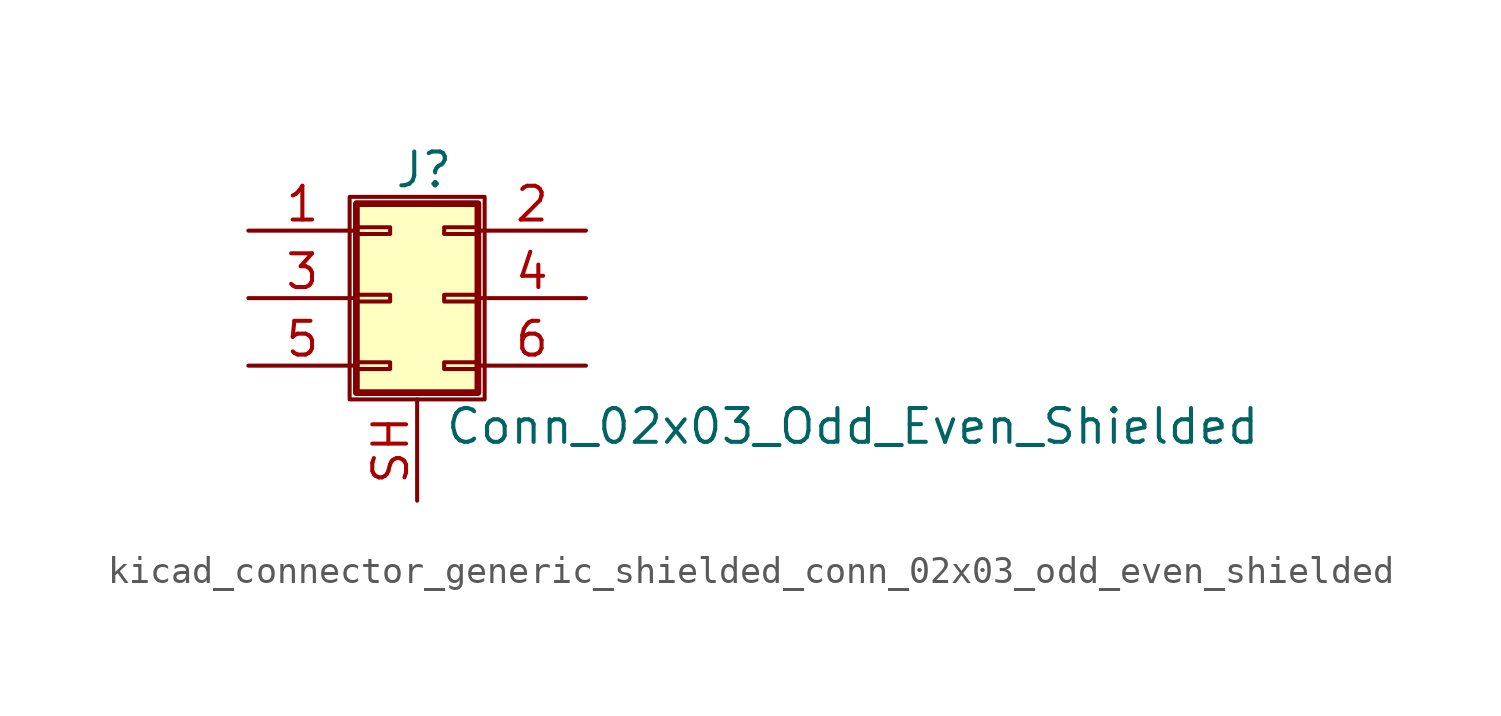
<source format=kicad_sym>
(kicad_symbol_lib
  (version 20220914)
  (generator kicad_symbol_editor)
  (symbol "kicad_connector_generic_shielded_conn_02x03_odd_even_shielded"
    (pin_names
      (offset 1.016) hide)
    (property "Reference" "J"
      (at 1.524 4.826 0)
      (effects (font (size 1.27 1.27))))
    (property "Value" "Conn_02x03_Odd_Even_Shielded"
      (at 2.286 -4.826 0)
      (effects (font (size 1.27 1.27)) (justify left)))
    (symbol "kicad_connector_generic_shielded_conn_02x03_odd_even_shielded_1_1"
      (rectangle (start -1.27 3.81) (end 3.81 -3.81) (stroke (width 0.152) (type default)) (fill (type none)))
      (rectangle (start -1.016 -2.413) (end 0.254 -2.667) (stroke (width 0.152) (type default)) (fill (type none)))
      (rectangle (start -1.016 0.127) (end 0.254 -0.127) (stroke (width 0.152) (type default)) (fill (type none)))
      (rectangle (start -1.016 2.667) (end 0.254 2.413) (stroke (width 0.152) (type default)) (fill (type none)))
      (rectangle (start -1.016 3.556) (end 3.556 -3.556) (stroke (width 0.254) (type default)) (fill (type background)))
      (rectangle (start 3.556 -2.413) (end 2.286 -2.667) (stroke (width 0.152) (type default)) (fill (type none)))
      (rectangle (start 3.556 0.127) (end 2.286 -0.127) (stroke (width 0.152) (type default)) (fill (type none)))
      (rectangle (start 3.556 2.667) (end 2.286 2.413) (stroke (width 0.152) (type default)) (fill (type none)))
      (pin passive line (at -5.08 2.54 0) (length 4.064) (name "Pin_1" (effects (font (size 1.27 1.27)))) (number "1" (effects (font (size 1.27 1.27)))))
      (pin passive line (at 7.62 2.54 180) (length 4.064) (name "Pin_2" (effects (font (size 1.27 1.27)))) (number "2" (effects (font (size 1.27 1.27)))))
      (pin passive line (at -5.08 0 0) (length 4.064) (name "Pin_3" (effects (font (size 1.27 1.27)))) (number "3" (effects (font (size 1.27 1.27)))))
      (pin passive line (at 7.62 0 180) (length 4.064) (name "Pin_4" (effects (font (size 1.27 1.27)))) (number "4" (effects (font (size 1.27 1.27)))))
      (pin passive line (at -5.08 -2.54 0) (length 4.064) (name "Pin_5" (effects (font (size 1.27 1.27)))) (number "5" (effects (font (size 1.27 1.27)))))
      (pin passive line (at 7.62 -2.54 180) (length 4.064) (name "Pin_6" (effects (font (size 1.27 1.27)))) (number "6" (effects (font (size 1.27 1.27)))))
      (pin passive line (at 1.27 -7.62 90) (length 3.81) (name "Shield" (effects (font (size 1.27 1.27)))) (number "SH" (effects (font (size 1.27 1.27))))))))
</source>
